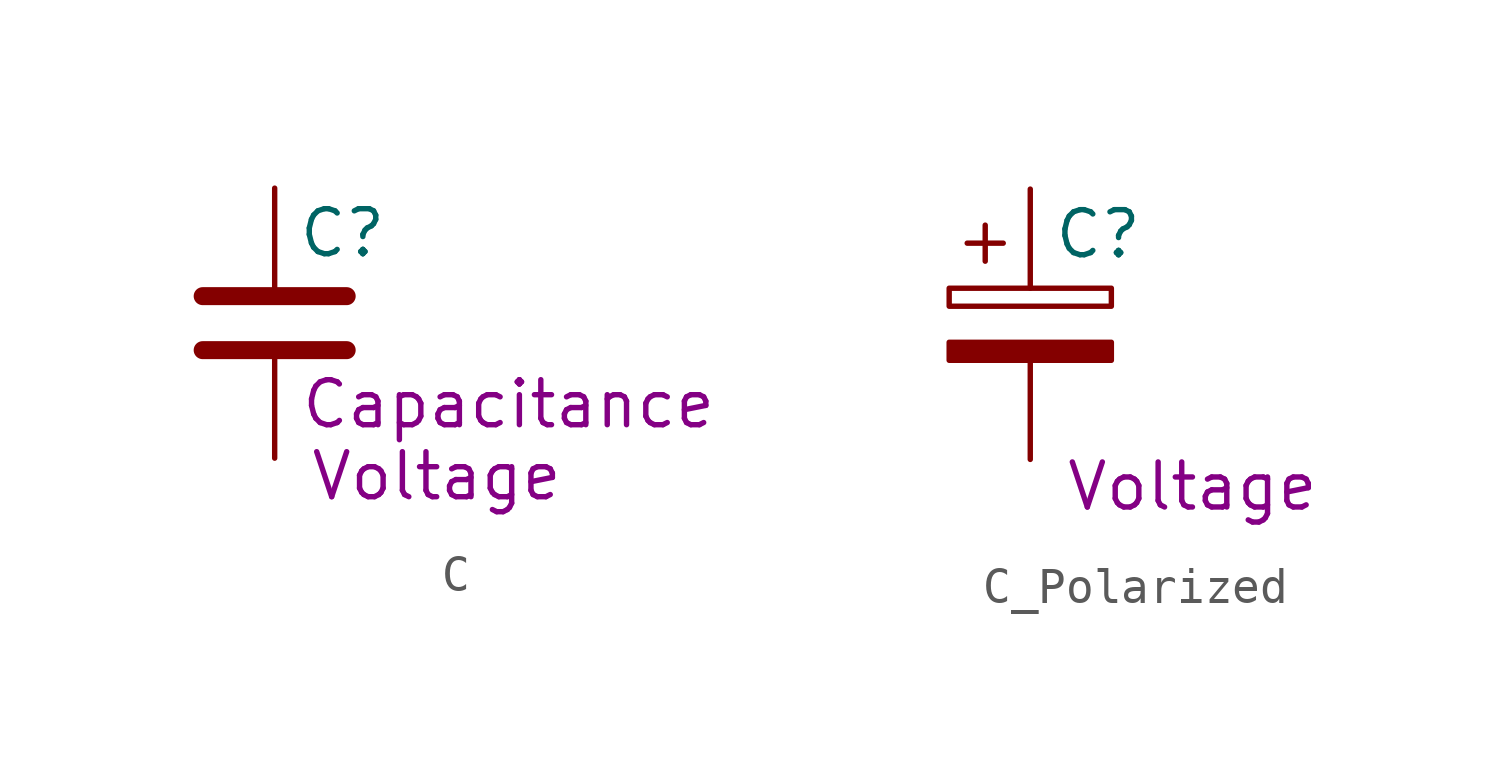
<source format=kicad_sym>
(kicad_symbol_lib
  (version 20231120)
  (generator "kicad_symbol_editor")
  (generator_version "8.0")
  (symbol "C"
    (pin_numbers hide)
    (pin_names
      (offset 0.254))
    (property "Reference" "C"
      (at 0.635 2.54 0)
      (effects (font (size 1.27 1.27)) (justify left)))
    (property "Capacitance" "Capacitance"
      (at 6.604 -2.286 0)
      (effects (font (size 1.27 1.27))))
    (property "Voltage" "Voltage"
      (at 4.572 -4.318 0)
      (effects (font (size 1.27 1.27))))
    (symbol "C_0_1"
      (polyline (pts (xy -2.032 -0.762) (xy 2.032 -0.762)) (stroke (width 0.508) (type default)) (fill (type none)))
      (polyline (pts (xy -2.032 0.762) (xy 2.032 0.762)) (stroke (width 0.508) (type default)) (fill (type none))))
    (symbol "C_1_1"
      (pin passive line (at 0 3.81 270) (length 2.794) (name "~" (effects (font (size 1.27 1.27)))) (number "1" (effects (font (size 1.27 1.27)))))
      (pin passive line (at 0 -3.81 90) (length 2.794) (name "~" (effects (font (size 1.27 1.27)))) (number "2" (effects (font (size 1.27 1.27)))))))
  (symbol "C_Polarized"
    (pin_numbers hide)
    (pin_names
      (offset 0.254))
    (property "Reference" "C"
      (at 0.635 2.54 0)
      (effects (font (size 1.27 1.27)) (justify left)))
    (property "Voltage" "Voltage"
      (at 4.572 -4.572 0)
      (effects (font (size 1.27 1.27))))
    (symbol "C_Polarized_0_1"
      (rectangle (start -2.286 0.508) (end 2.286 1.016) (stroke (width 0) (type default)) (fill (type none)))
      (polyline (pts (xy -1.778 2.286) (xy -0.762 2.286)) (stroke (width 0) (type default)) (fill (type none)))
      (polyline (pts (xy -1.27 2.794) (xy -1.27 1.778)) (stroke (width 0) (type default)) (fill (type none)))
      (rectangle (start 2.286 -0.508) (end -2.286 -1.016) (stroke (width 0) (type default)) (fill (type outline))))
    (symbol "C_Polarized_1_1"
      (pin passive line (at 0 3.81 270) (length 2.794) (name "~" (effects (font (size 1.27 1.27)))) (number "1" (effects (font (size 1.27 1.27)))))
      (pin passive line (at 0 -3.81 90) (length 2.794) (name "~" (effects (font (size 1.27 1.27)))) (number "2" (effects (font (size 1.27 1.27))))))))
</source>
